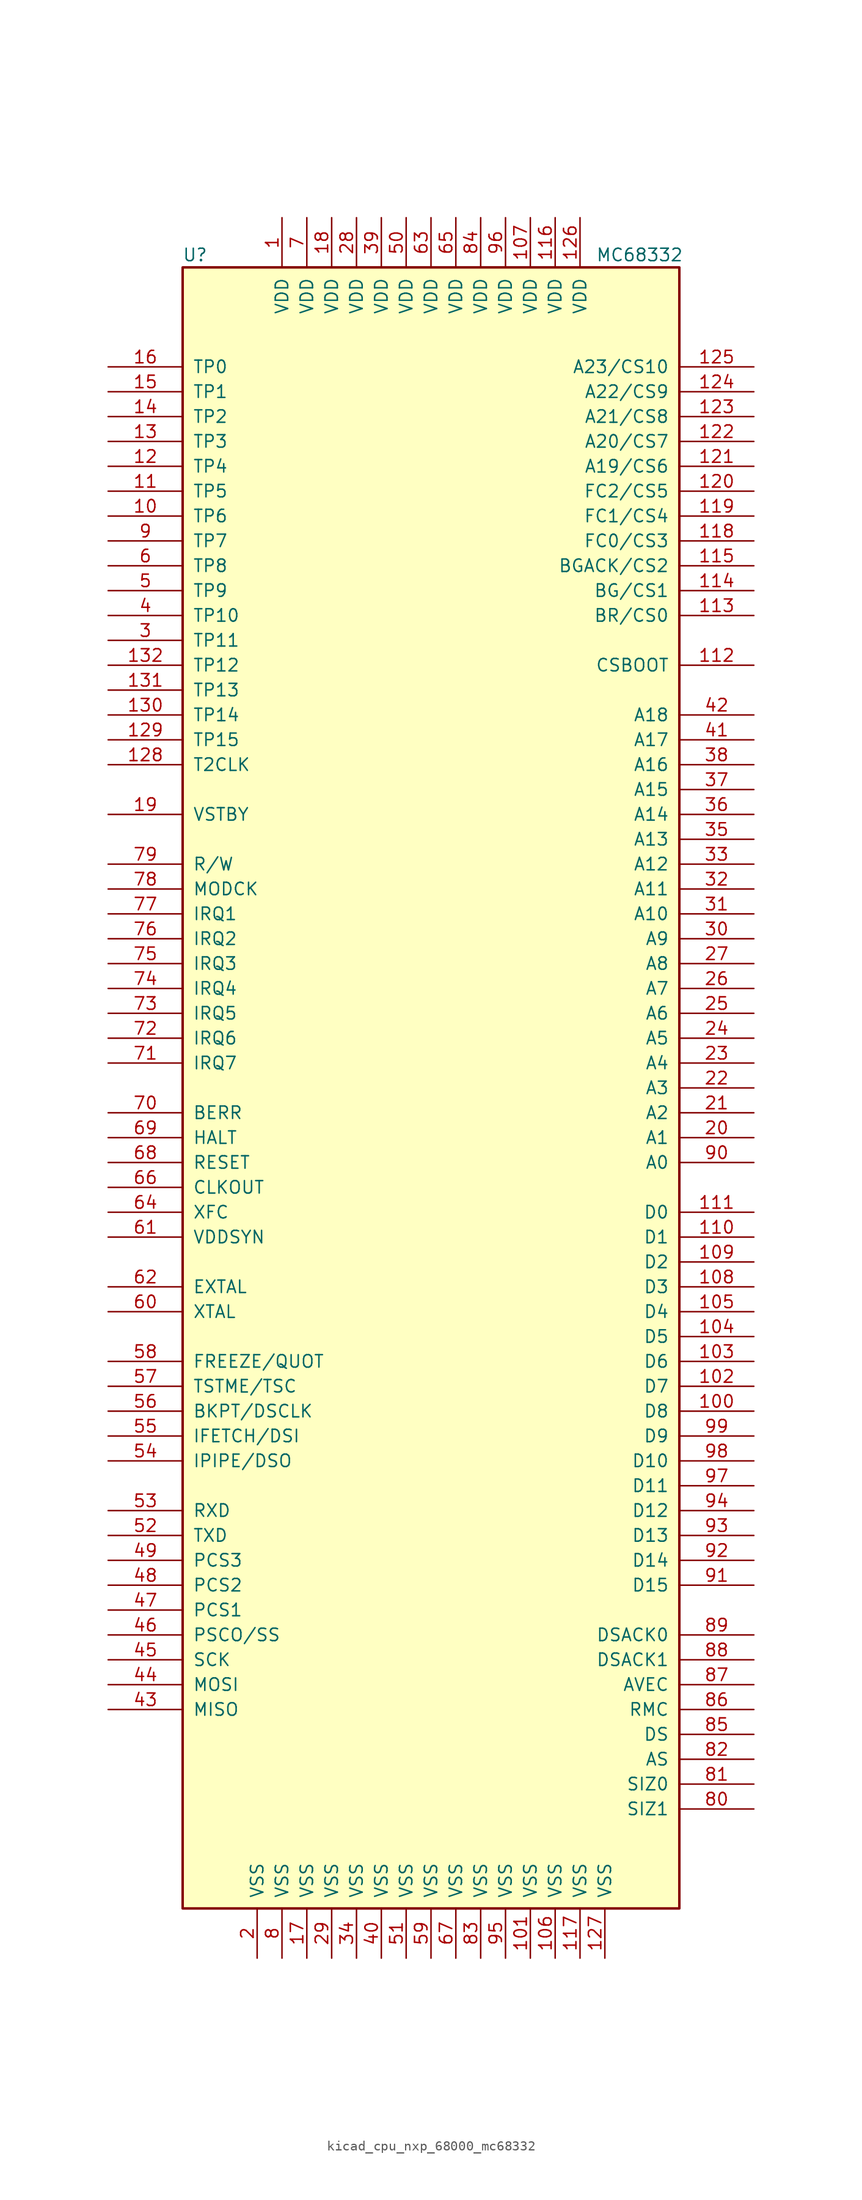
<source format=kicad_sym>
(kicad_symbol_lib
  (version 20220914)
  (generator kicad_symbol_editor)
  (symbol "kicad_cpu_nxp_68000_mc68332"
    (pin_names
      (offset 1.016))
    (property "Reference" "U"
      (at -24.13 85.09 0)
      (effects (font (size 1.27 1.27))))
    (property "Value" "MC68332"
      (at 21.336 85.09 0)
      (effects (font (size 1.27 1.27))))
    (symbol "kicad_cpu_nxp_68000_mc68332_0_1"
      (rectangle (start -25.4 -83.82) (end 25.4 83.82) (stroke (width 0.254) (type default)) (fill (type background))))
    (symbol "kicad_cpu_nxp_68000_mc68332_1_0"
      (pin power_in line (at -17.78 -88.9 90) (length 5.08) (name "VSS" (effects (font (size 1.27 1.27)))) (number "2" (effects (font (size 1.27 1.27))))))
    (symbol "kicad_cpu_nxp_68000_mc68332_1_1"
      (pin power_in line (at -15.24 88.9 270) (length 5.08) (name "VDD" (effects (font (size 1.27 1.27)))) (number "1" (effects (font (size 1.27 1.27)))))
      (pin input line (at -33.02 58.42 0) (length 7.62) (name "TP6" (effects (font (size 1.27 1.27)))) (number "10" (effects (font (size 1.27 1.27)))))
      (pin input line (at 33.02 -33.02 180) (length 7.62) (name "D8" (effects (font (size 1.27 1.27)))) (number "100" (effects (font (size 1.27 1.27)))))
      (pin power_in line (at 10.16 -88.9 90) (length 5.08) (name "VSS" (effects (font (size 1.27 1.27)))) (number "101" (effects (font (size 1.27 1.27)))))
      (pin input line (at 33.02 -30.48 180) (length 7.62) (name "D7" (effects (font (size 1.27 1.27)))) (number "102" (effects (font (size 1.27 1.27)))))
      (pin input line (at 33.02 -27.94 180) (length 7.62) (name "D6" (effects (font (size 1.27 1.27)))) (number "103" (effects (font (size 1.27 1.27)))))
      (pin input line (at 33.02 -25.4 180) (length 7.62) (name "D5" (effects (font (size 1.27 1.27)))) (number "104" (effects (font (size 1.27 1.27)))))
      (pin input line (at 33.02 -22.86 180) (length 7.62) (name "D4" (effects (font (size 1.27 1.27)))) (number "105" (effects (font (size 1.27 1.27)))))
      (pin power_in line (at 12.7 -88.9 90) (length 5.08) (name "VSS" (effects (font (size 1.27 1.27)))) (number "106" (effects (font (size 1.27 1.27)))))
      (pin power_in line (at 10.16 88.9 270) (length 5.08) (name "VDD" (effects (font (size 1.27 1.27)))) (number "107" (effects (font (size 1.27 1.27)))))
      (pin input line (at 33.02 -20.32 180) (length 7.62) (name "D3" (effects (font (size 1.27 1.27)))) (number "108" (effects (font (size 1.27 1.27)))))
      (pin input line (at 33.02 -17.78 180) (length 7.62) (name "D2" (effects (font (size 1.27 1.27)))) (number "109" (effects (font (size 1.27 1.27)))))
      (pin input line (at -33.02 60.96 0) (length 7.62) (name "TP5" (effects (font (size 1.27 1.27)))) (number "11" (effects (font (size 1.27 1.27)))))
      (pin input line (at 33.02 -15.24 180) (length 7.62) (name "D1" (effects (font (size 1.27 1.27)))) (number "110" (effects (font (size 1.27 1.27)))))
      (pin input line (at 33.02 -12.7 180) (length 7.62) (name "D0" (effects (font (size 1.27 1.27)))) (number "111" (effects (font (size 1.27 1.27)))))
      (pin output line (at 33.02 43.18 180) (length 7.62) (name "CSBOOT" (effects (font (size 1.27 1.27)))) (number "112" (effects (font (size 1.27 1.27)))))
      (pin input line (at 33.02 48.26 180) (length 7.62) (name "BR/CS0" (effects (font (size 1.27 1.27)))) (number "113" (effects (font (size 1.27 1.27)))))
      (pin output line (at 33.02 50.8 180) (length 7.62) (name "BG/CS1" (effects (font (size 1.27 1.27)))) (number "114" (effects (font (size 1.27 1.27)))))
      (pin input line (at 33.02 53.34 180) (length 7.62) (name "BGACK/CS2" (effects (font (size 1.27 1.27)))) (number "115" (effects (font (size 1.27 1.27)))))
      (pin power_in line (at 12.7 88.9 270) (length 5.08) (name "VDD" (effects (font (size 1.27 1.27)))) (number "116" (effects (font (size 1.27 1.27)))))
      (pin power_in line (at 15.24 -88.9 90) (length 5.08) (name "VSS" (effects (font (size 1.27 1.27)))) (number "117" (effects (font (size 1.27 1.27)))))
      (pin output line (at 33.02 55.88 180) (length 7.62) (name "FC0/CS3" (effects (font (size 1.27 1.27)))) (number "118" (effects (font (size 1.27 1.27)))))
      (pin output line (at 33.02 58.42 180) (length 7.62) (name "FC1/CS4" (effects (font (size 1.27 1.27)))) (number "119" (effects (font (size 1.27 1.27)))))
      (pin input line (at -33.02 63.5 0) (length 7.62) (name "TP4" (effects (font (size 1.27 1.27)))) (number "12" (effects (font (size 1.27 1.27)))))
      (pin output line (at 33.02 60.96 180) (length 7.62) (name "FC2/CS5" (effects (font (size 1.27 1.27)))) (number "120" (effects (font (size 1.27 1.27)))))
      (pin output line (at 33.02 63.5 180) (length 7.62) (name "A19/CS6" (effects (font (size 1.27 1.27)))) (number "121" (effects (font (size 1.27 1.27)))))
      (pin output line (at 33.02 66.04 180) (length 7.62) (name "A20/CS7" (effects (font (size 1.27 1.27)))) (number "122" (effects (font (size 1.27 1.27)))))
      (pin output line (at 33.02 68.58 180) (length 7.62) (name "A21/CS8" (effects (font (size 1.27 1.27)))) (number "123" (effects (font (size 1.27 1.27)))))
      (pin output line (at 33.02 71.12 180) (length 7.62) (name "A22/CS9" (effects (font (size 1.27 1.27)))) (number "124" (effects (font (size 1.27 1.27)))))
      (pin output line (at 33.02 73.66 180) (length 7.62) (name "A23/CS10" (effects (font (size 1.27 1.27)))) (number "125" (effects (font (size 1.27 1.27)))))
      (pin power_in line (at 15.24 88.9 270) (length 5.08) (name "VDD" (effects (font (size 1.27 1.27)))) (number "126" (effects (font (size 1.27 1.27)))))
      (pin power_in line (at 17.78 -88.9 90) (length 5.08) (name "VSS" (effects (font (size 1.27 1.27)))) (number "127" (effects (font (size 1.27 1.27)))))
      (pin input line (at -33.02 33.02 0) (length 7.62) (name "T2CLK" (effects (font (size 1.27 1.27)))) (number "128" (effects (font (size 1.27 1.27)))))
      (pin input line (at -33.02 35.56 0) (length 7.62) (name "TP15" (effects (font (size 1.27 1.27)))) (number "129" (effects (font (size 1.27 1.27)))))
      (pin input line (at -33.02 66.04 0) (length 7.62) (name "TP3" (effects (font (size 1.27 1.27)))) (number "13" (effects (font (size 1.27 1.27)))))
      (pin input line (at -33.02 38.1 0) (length 7.62) (name "TP14" (effects (font (size 1.27 1.27)))) (number "130" (effects (font (size 1.27 1.27)))))
      (pin input line (at -33.02 40.64 0) (length 7.62) (name "TP13" (effects (font (size 1.27 1.27)))) (number "131" (effects (font (size 1.27 1.27)))))
      (pin input line (at -33.02 43.18 0) (length 7.62) (name "TP12" (effects (font (size 1.27 1.27)))) (number "132" (effects (font (size 1.27 1.27)))))
      (pin input line (at -33.02 68.58 0) (length 7.62) (name "TP2" (effects (font (size 1.27 1.27)))) (number "14" (effects (font (size 1.27 1.27)))))
      (pin input line (at -33.02 71.12 0) (length 7.62) (name "TP1" (effects (font (size 1.27 1.27)))) (number "15" (effects (font (size 1.27 1.27)))))
      (pin input line (at -33.02 73.66 0) (length 7.62) (name "TP0" (effects (font (size 1.27 1.27)))) (number "16" (effects (font (size 1.27 1.27)))))
      (pin power_in line (at -12.7 -88.9 90) (length 5.08) (name "VSS" (effects (font (size 1.27 1.27)))) (number "17" (effects (font (size 1.27 1.27)))))
      (pin power_in line (at -10.16 88.9 270) (length 5.08) (name "VDD" (effects (font (size 1.27 1.27)))) (number "18" (effects (font (size 1.27 1.27)))))
      (pin input line (at -33.02 27.94 0) (length 7.62) (name "VSTBY" (effects (font (size 1.27 1.27)))) (number "19" (effects (font (size 1.27 1.27)))))
      (pin output line (at 33.02 -5.08 180) (length 7.62) (name "A1" (effects (font (size 1.27 1.27)))) (number "20" (effects (font (size 1.27 1.27)))))
      (pin output line (at 33.02 -2.54 180) (length 7.62) (name "A2" (effects (font (size 1.27 1.27)))) (number "21" (effects (font (size 1.27 1.27)))))
      (pin output line (at 33.02 0 180) (length 7.62) (name "A3" (effects (font (size 1.27 1.27)))) (number "22" (effects (font (size 1.27 1.27)))))
      (pin output line (at 33.02 2.54 180) (length 7.62) (name "A4" (effects (font (size 1.27 1.27)))) (number "23" (effects (font (size 1.27 1.27)))))
      (pin output line (at 33.02 5.08 180) (length 7.62) (name "A5" (effects (font (size 1.27 1.27)))) (number "24" (effects (font (size 1.27 1.27)))))
      (pin output line (at 33.02 7.62 180) (length 7.62) (name "A6" (effects (font (size 1.27 1.27)))) (number "25" (effects (font (size 1.27 1.27)))))
      (pin output line (at 33.02 10.16 180) (length 7.62) (name "A7" (effects (font (size 1.27 1.27)))) (number "26" (effects (font (size 1.27 1.27)))))
      (pin output line (at 33.02 12.7 180) (length 7.62) (name "A8" (effects (font (size 1.27 1.27)))) (number "27" (effects (font (size 1.27 1.27)))))
      (pin power_in line (at -7.62 88.9 270) (length 5.08) (name "VDD" (effects (font (size 1.27 1.27)))) (number "28" (effects (font (size 1.27 1.27)))))
      (pin power_in line (at -10.16 -88.9 90) (length 5.08) (name "VSS" (effects (font (size 1.27 1.27)))) (number "29" (effects (font (size 1.27 1.27)))))
      (pin input line (at -33.02 45.72 0) (length 7.62) (name "TP11" (effects (font (size 1.27 1.27)))) (number "3" (effects (font (size 1.27 1.27)))))
      (pin output line (at 33.02 15.24 180) (length 7.62) (name "A9" (effects (font (size 1.27 1.27)))) (number "30" (effects (font (size 1.27 1.27)))))
      (pin output line (at 33.02 17.78 180) (length 7.62) (name "A10" (effects (font (size 1.27 1.27)))) (number "31" (effects (font (size 1.27 1.27)))))
      (pin output line (at 33.02 20.32 180) (length 7.62) (name "A11" (effects (font (size 1.27 1.27)))) (number "32" (effects (font (size 1.27 1.27)))))
      (pin output line (at 33.02 22.86 180) (length 7.62) (name "A12" (effects (font (size 1.27 1.27)))) (number "33" (effects (font (size 1.27 1.27)))))
      (pin power_in line (at -7.62 -88.9 90) (length 5.08) (name "VSS" (effects (font (size 1.27 1.27)))) (number "34" (effects (font (size 1.27 1.27)))))
      (pin output line (at 33.02 25.4 180) (length 7.62) (name "A13" (effects (font (size 1.27 1.27)))) (number "35" (effects (font (size 1.27 1.27)))))
      (pin output line (at 33.02 27.94 180) (length 7.62) (name "A14" (effects (font (size 1.27 1.27)))) (number "36" (effects (font (size 1.27 1.27)))))
      (pin output line (at 33.02 30.48 180) (length 7.62) (name "A15" (effects (font (size 1.27 1.27)))) (number "37" (effects (font (size 1.27 1.27)))))
      (pin output line (at 33.02 33.02 180) (length 7.62) (name "A16" (effects (font (size 1.27 1.27)))) (number "38" (effects (font (size 1.27 1.27)))))
      (pin power_in line (at -5.08 88.9 270) (length 5.08) (name "VDD" (effects (font (size 1.27 1.27)))) (number "39" (effects (font (size 1.27 1.27)))))
      (pin input line (at -33.02 48.26 0) (length 7.62) (name "TP10" (effects (font (size 1.27 1.27)))) (number "4" (effects (font (size 1.27 1.27)))))
      (pin power_in line (at -5.08 -88.9 90) (length 5.08) (name "VSS" (effects (font (size 1.27 1.27)))) (number "40" (effects (font (size 1.27 1.27)))))
      (pin output line (at 33.02 35.56 180) (length 7.62) (name "A17" (effects (font (size 1.27 1.27)))) (number "41" (effects (font (size 1.27 1.27)))))
      (pin output line (at 33.02 38.1 180) (length 7.62) (name "A18" (effects (font (size 1.27 1.27)))) (number "42" (effects (font (size 1.27 1.27)))))
      (pin input line (at -33.02 -63.5 0) (length 7.62) (name "MISO" (effects (font (size 1.27 1.27)))) (number "43" (effects (font (size 1.27 1.27)))))
      (pin input line (at -33.02 -60.96 0) (length 7.62) (name "MOSI" (effects (font (size 1.27 1.27)))) (number "44" (effects (font (size 1.27 1.27)))))
      (pin input line (at -33.02 -58.42 0) (length 7.62) (name "SCK" (effects (font (size 1.27 1.27)))) (number "45" (effects (font (size 1.27 1.27)))))
      (pin input line (at -33.02 -55.88 0) (length 7.62) (name "PSCO/SS" (effects (font (size 1.27 1.27)))) (number "46" (effects (font (size 1.27 1.27)))))
      (pin input line (at -33.02 -53.34 0) (length 7.62) (name "PCS1" (effects (font (size 1.27 1.27)))) (number "47" (effects (font (size 1.27 1.27)))))
      (pin input line (at -33.02 -50.8 0) (length 7.62) (name "PCS2" (effects (font (size 1.27 1.27)))) (number "48" (effects (font (size 1.27 1.27)))))
      (pin input line (at -33.02 -48.26 0) (length 7.62) (name "PCS3" (effects (font (size 1.27 1.27)))) (number "49" (effects (font (size 1.27 1.27)))))
      (pin input line (at -33.02 50.8 0) (length 7.62) (name "TP9" (effects (font (size 1.27 1.27)))) (number "5" (effects (font (size 1.27 1.27)))))
      (pin power_in line (at -2.54 88.9 270) (length 5.08) (name "VDD" (effects (font (size 1.27 1.27)))) (number "50" (effects (font (size 1.27 1.27)))))
      (pin power_in line (at -2.54 -88.9 90) (length 5.08) (name "VSS" (effects (font (size 1.27 1.27)))) (number "51" (effects (font (size 1.27 1.27)))))
      (pin input line (at -33.02 -45.72 0) (length 7.62) (name "TXD" (effects (font (size 1.27 1.27)))) (number "52" (effects (font (size 1.27 1.27)))))
      (pin input line (at -33.02 -43.18 0) (length 7.62) (name "RXD" (effects (font (size 1.27 1.27)))) (number "53" (effects (font (size 1.27 1.27)))))
      (pin output line (at -33.02 -38.1 0) (length 7.62) (name "IPIPE/DSO" (effects (font (size 1.27 1.27)))) (number "54" (effects (font (size 1.27 1.27)))))
      (pin input line (at -33.02 -35.56 0) (length 7.62) (name "IFETCH/DSI" (effects (font (size 1.27 1.27)))) (number "55" (effects (font (size 1.27 1.27)))))
      (pin input line (at -33.02 -33.02 0) (length 7.62) (name "BKPT/DSCLK" (effects (font (size 1.27 1.27)))) (number "56" (effects (font (size 1.27 1.27)))))
      (pin input line (at -33.02 -30.48 0) (length 7.62) (name "TSTME/TSC" (effects (font (size 1.27 1.27)))) (number "57" (effects (font (size 1.27 1.27)))))
      (pin output line (at -33.02 -27.94 0) (length 7.62) (name "FREEZE/QUOT" (effects (font (size 1.27 1.27)))) (number "58" (effects (font (size 1.27 1.27)))))
      (pin power_in line (at 0 -88.9 90) (length 5.08) (name "VSS" (effects (font (size 1.27 1.27)))) (number "59" (effects (font (size 1.27 1.27)))))
      (pin input line (at -33.02 53.34 0) (length 7.62) (name "TP8" (effects (font (size 1.27 1.27)))) (number "6" (effects (font (size 1.27 1.27)))))
      (pin output line (at -33.02 -22.86 0) (length 7.62) (name "XTAL" (effects (font (size 1.27 1.27)))) (number "60" (effects (font (size 1.27 1.27)))))
      (pin input line (at -33.02 -15.24 0) (length 7.62) (name "VDDSYN" (effects (font (size 1.27 1.27)))) (number "61" (effects (font (size 1.27 1.27)))))
      (pin input line (at -33.02 -20.32 0) (length 7.62) (name "EXTAL" (effects (font (size 1.27 1.27)))) (number "62" (effects (font (size 1.27 1.27)))))
      (pin power_in line (at 0 88.9 270) (length 5.08) (name "VDD" (effects (font (size 1.27 1.27)))) (number "63" (effects (font (size 1.27 1.27)))))
      (pin input line (at -33.02 -12.7 0) (length 7.62) (name "XFC" (effects (font (size 1.27 1.27)))) (number "64" (effects (font (size 1.27 1.27)))))
      (pin power_in line (at 2.54 88.9 270) (length 5.08) (name "VDD" (effects (font (size 1.27 1.27)))) (number "65" (effects (font (size 1.27 1.27)))))
      (pin output line (at -33.02 -10.16 0) (length 7.62) (name "CLKOUT" (effects (font (size 1.27 1.27)))) (number "66" (effects (font (size 1.27 1.27)))))
      (pin power_in line (at 2.54 -88.9 90) (length 5.08) (name "VSS" (effects (font (size 1.27 1.27)))) (number "67" (effects (font (size 1.27 1.27)))))
      (pin input line (at -33.02 -7.62 0) (length 7.62) (name "RESET" (effects (font (size 1.27 1.27)))) (number "68" (effects (font (size 1.27 1.27)))))
      (pin input line (at -33.02 -5.08 0) (length 7.62) (name "HALT" (effects (font (size 1.27 1.27)))) (number "69" (effects (font (size 1.27 1.27)))))
      (pin power_in line (at -12.7 88.9 270) (length 5.08) (name "VDD" (effects (font (size 1.27 1.27)))) (number "7" (effects (font (size 1.27 1.27)))))
      (pin input line (at -33.02 -2.54 0) (length 7.62) (name "BERR" (effects (font (size 1.27 1.27)))) (number "70" (effects (font (size 1.27 1.27)))))
      (pin input line (at -33.02 2.54 0) (length 7.62) (name "IRQ7" (effects (font (size 1.27 1.27)))) (number "71" (effects (font (size 1.27 1.27)))))
      (pin input line (at -33.02 5.08 0) (length 7.62) (name "IRQ6" (effects (font (size 1.27 1.27)))) (number "72" (effects (font (size 1.27 1.27)))))
      (pin input line (at -33.02 7.62 0) (length 7.62) (name "IRQ5" (effects (font (size 1.27 1.27)))) (number "73" (effects (font (size 1.27 1.27)))))
      (pin input line (at -33.02 10.16 0) (length 7.62) (name "IRQ4" (effects (font (size 1.27 1.27)))) (number "74" (effects (font (size 1.27 1.27)))))
      (pin input line (at -33.02 12.7 0) (length 7.62) (name "IRQ3" (effects (font (size 1.27 1.27)))) (number "75" (effects (font (size 1.27 1.27)))))
      (pin input line (at -33.02 15.24 0) (length 7.62) (name "IRQ2" (effects (font (size 1.27 1.27)))) (number "76" (effects (font (size 1.27 1.27)))))
      (pin input line (at -33.02 17.78 0) (length 7.62) (name "IRQ1" (effects (font (size 1.27 1.27)))) (number "77" (effects (font (size 1.27 1.27)))))
      (pin input line (at -33.02 20.32 0) (length 7.62) (name "MODCK" (effects (font (size 1.27 1.27)))) (number "78" (effects (font (size 1.27 1.27)))))
      (pin input line (at -33.02 22.86 0) (length 7.62) (name "R/W" (effects (font (size 1.27 1.27)))) (number "79" (effects (font (size 1.27 1.27)))))
      (pin power_in line (at -15.24 -88.9 90) (length 5.08) (name "VSS" (effects (font (size 1.27 1.27)))) (number "8" (effects (font (size 1.27 1.27)))))
      (pin input line (at 33.02 -73.66 180) (length 7.62) (name "SIZ1" (effects (font (size 1.27 1.27)))) (number "80" (effects (font (size 1.27 1.27)))))
      (pin input line (at 33.02 -71.12 180) (length 7.62) (name "SIZ0" (effects (font (size 1.27 1.27)))) (number "81" (effects (font (size 1.27 1.27)))))
      (pin input line (at 33.02 -68.58 180) (length 7.62) (name "AS" (effects (font (size 1.27 1.27)))) (number "82" (effects (font (size 1.27 1.27)))))
      (pin power_in line (at 5.08 -88.9 90) (length 5.08) (name "VSS" (effects (font (size 1.27 1.27)))) (number "83" (effects (font (size 1.27 1.27)))))
      (pin power_in line (at 5.08 88.9 270) (length 5.08) (name "VDD" (effects (font (size 1.27 1.27)))) (number "84" (effects (font (size 1.27 1.27)))))
      (pin input line (at 33.02 -66.04 180) (length 7.62) (name "DS" (effects (font (size 1.27 1.27)))) (number "85" (effects (font (size 1.27 1.27)))))
      (pin input line (at 33.02 -63.5 180) (length 7.62) (name "RMC" (effects (font (size 1.27 1.27)))) (number "86" (effects (font (size 1.27 1.27)))))
      (pin input line (at 33.02 -60.96 180) (length 7.62) (name "AVEC" (effects (font (size 1.27 1.27)))) (number "87" (effects (font (size 1.27 1.27)))))
      (pin input line (at 33.02 -58.42 180) (length 7.62) (name "DSACK1" (effects (font (size 1.27 1.27)))) (number "88" (effects (font (size 1.27 1.27)))))
      (pin input line (at 33.02 -55.88 180) (length 7.62) (name "DSACK0" (effects (font (size 1.27 1.27)))) (number "89" (effects (font (size 1.27 1.27)))))
      (pin input line (at -33.02 55.88 0) (length 7.62) (name "TP7" (effects (font (size 1.27 1.27)))) (number "9" (effects (font (size 1.27 1.27)))))
      (pin output line (at 33.02 -7.62 180) (length 7.62) (name "A0" (effects (font (size 1.27 1.27)))) (number "90" (effects (font (size 1.27 1.27)))))
      (pin input line (at 33.02 -50.8 180) (length 7.62) (name "D15" (effects (font (size 1.27 1.27)))) (number "91" (effects (font (size 1.27 1.27)))))
      (pin input line (at 33.02 -48.26 180) (length 7.62) (name "D14" (effects (font (size 1.27 1.27)))) (number "92" (effects (font (size 1.27 1.27)))))
      (pin input line (at 33.02 -45.72 180) (length 7.62) (name "D13" (effects (font (size 1.27 1.27)))) (number "93" (effects (font (size 1.27 1.27)))))
      (pin input line (at 33.02 -43.18 180) (length 7.62) (name "D12" (effects (font (size 1.27 1.27)))) (number "94" (effects (font (size 1.27 1.27)))))
      (pin power_in line (at 7.62 -88.9 90) (length 5.08) (name "VSS" (effects (font (size 1.27 1.27)))) (number "95" (effects (font (size 1.27 1.27)))))
      (pin power_in line (at 7.62 88.9 270) (length 5.08) (name "VDD" (effects (font (size 1.27 1.27)))) (number "96" (effects (font (size 1.27 1.27)))))
      (pin input line (at 33.02 -40.64 180) (length 7.62) (name "D11" (effects (font (size 1.27 1.27)))) (number "97" (effects (font (size 1.27 1.27)))))
      (pin input line (at 33.02 -38.1 180) (length 7.62) (name "D10" (effects (font (size 1.27 1.27)))) (number "98" (effects (font (size 1.27 1.27)))))
      (pin input line (at 33.02 -35.56 180) (length 7.62) (name "D9" (effects (font (size 1.27 1.27)))) (number "99" (effects (font (size 1.27 1.27))))))))
</source>
